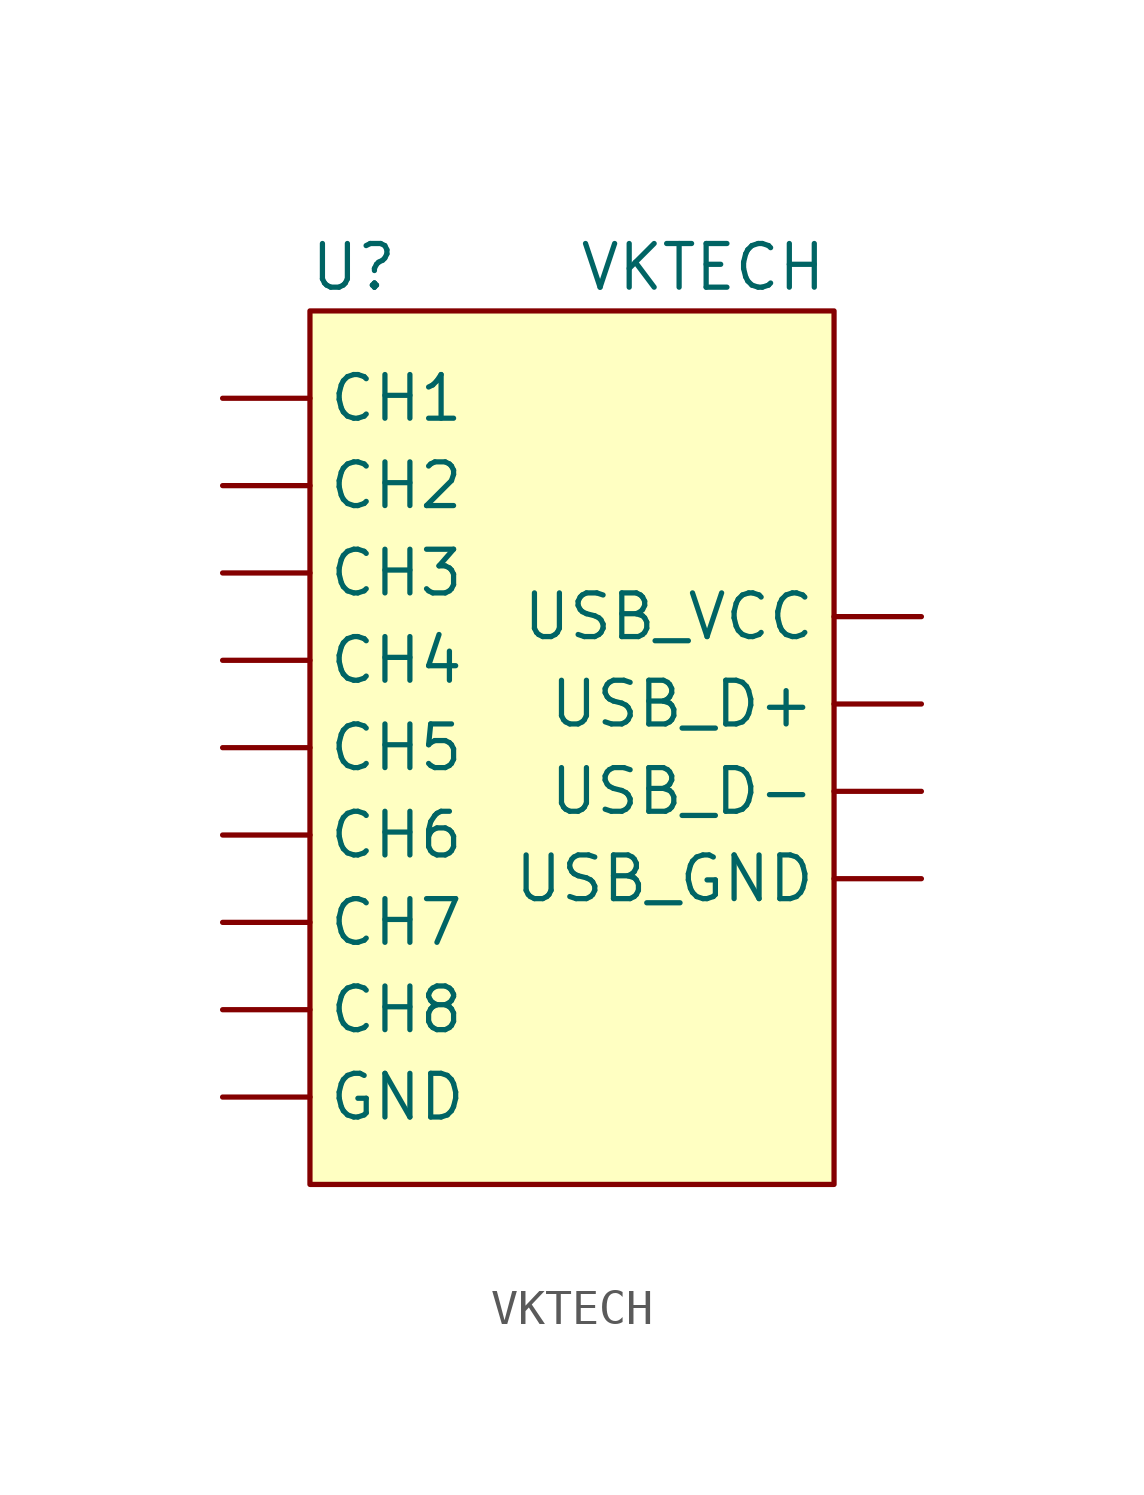
<source format=kicad_sym>
(kicad_symbol_lib
  (version 20220914)
  (generator kicad_symbol_editor)
  (symbol "VKTECH"
    (pin_numbers hide)
    (property "Reference" "U"
      (at 0 0 0)
      (effects (font (size 1.27 1.27))))
    (property "Value" "VKTECH"
      (at 10.16 0 0)
      (effects (font (size 1.27 1.27))))
    (symbol "VKTECH_1_1"
      (rectangle (start -1.27 -1.27) (end 13.97 -26.67) (stroke (width 0) (type solid)) (fill (type background)))
      (pin input line (at -3.81 -3.81 0) (length 2.54) (name "CH1" (effects (font (size 1.27 1.27)))) (number "" (effects (font (size 1.27 1.27)))))
      (pin input line (at -3.81 -6.35 0) (length 2.54) (name "CH2" (effects (font (size 1.27 1.27)))) (number "" (effects (font (size 1.27 1.27)))))
      (pin input line (at -3.81 -8.89 0) (length 2.54) (name "CH3" (effects (font (size 1.27 1.27)))) (number "" (effects (font (size 1.27 1.27)))))
      (pin input line (at -3.81 -11.43 0) (length 2.54) (name "CH4" (effects (font (size 1.27 1.27)))) (number "" (effects (font (size 1.27 1.27)))))
      (pin input line (at -3.81 -13.97 0) (length 2.54) (name "CH5" (effects (font (size 1.27 1.27)))) (number "" (effects (font (size 1.27 1.27)))))
      (pin input line (at -3.81 -16.51 0) (length 2.54) (name "CH6" (effects (font (size 1.27 1.27)))) (number "" (effects (font (size 1.27 1.27)))))
      (pin input line (at -3.81 -19.05 0) (length 2.54) (name "CH7" (effects (font (size 1.27 1.27)))) (number "" (effects (font (size 1.27 1.27)))))
      (pin input line (at -3.81 -21.59 0) (length 2.54) (name "CH8" (effects (font (size 1.27 1.27)))) (number "" (effects (font (size 1.27 1.27)))))
      (pin input line (at -3.81 -24.13 0) (length 2.54) (name "GND" (effects (font (size 1.27 1.27)))) (number "" (effects (font (size 1.27 1.27)))))
      (pin bidirectional line (at 16.51 -12.7 180) (length 2.54) (name "USB_D+" (effects (font (size 1.27 1.27)))) (number "" (effects (font (size 1.27 1.27)))))
      (pin bidirectional line (at 16.51 -15.24 180) (length 2.54) (name "USB_D-" (effects (font (size 1.27 1.27)))) (number "" (effects (font (size 1.27 1.27)))))
      (pin input line (at 16.51 -17.78 180) (length 2.54) (name "USB_GND" (effects (font (size 1.27 1.27)))) (number "" (effects (font (size 1.27 1.27)))))
      (pin input line (at 16.51 -10.16 180) (length 2.54) (name "USB_VCC" (effects (font (size 1.27 1.27)))) (number "" (effects (font (size 1.27 1.27))))))))
</source>
